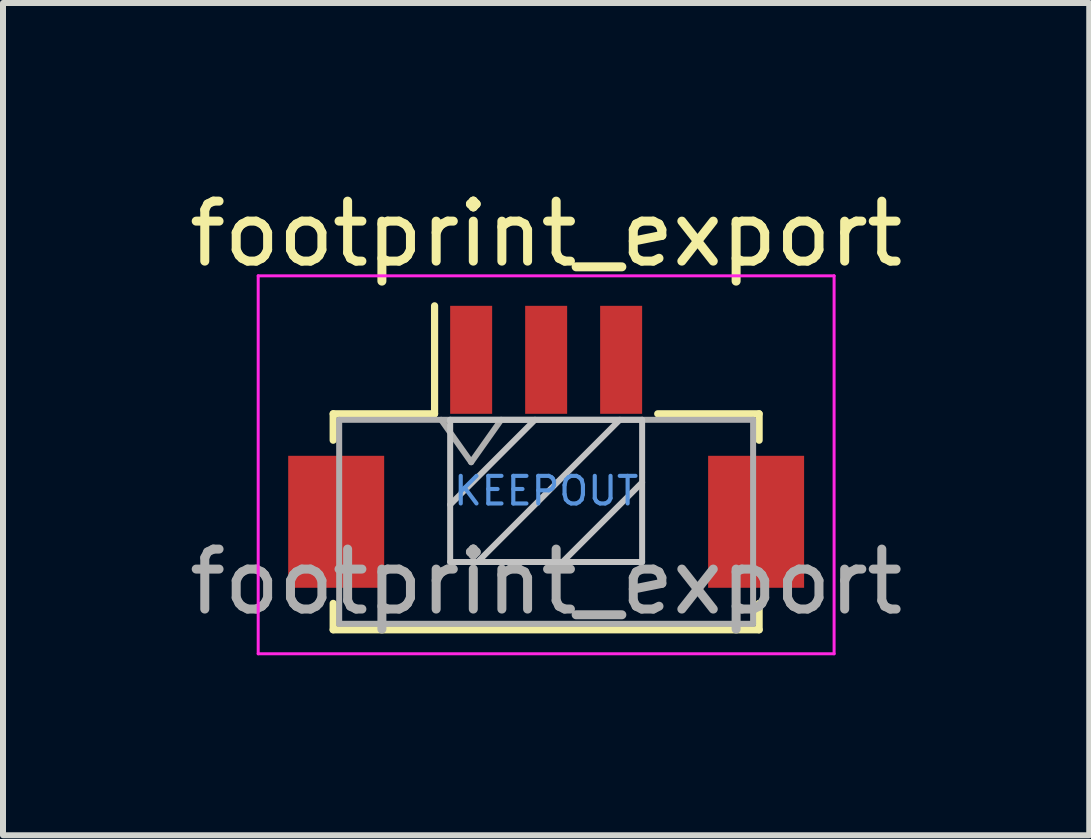
<source format=kicad_pcb>
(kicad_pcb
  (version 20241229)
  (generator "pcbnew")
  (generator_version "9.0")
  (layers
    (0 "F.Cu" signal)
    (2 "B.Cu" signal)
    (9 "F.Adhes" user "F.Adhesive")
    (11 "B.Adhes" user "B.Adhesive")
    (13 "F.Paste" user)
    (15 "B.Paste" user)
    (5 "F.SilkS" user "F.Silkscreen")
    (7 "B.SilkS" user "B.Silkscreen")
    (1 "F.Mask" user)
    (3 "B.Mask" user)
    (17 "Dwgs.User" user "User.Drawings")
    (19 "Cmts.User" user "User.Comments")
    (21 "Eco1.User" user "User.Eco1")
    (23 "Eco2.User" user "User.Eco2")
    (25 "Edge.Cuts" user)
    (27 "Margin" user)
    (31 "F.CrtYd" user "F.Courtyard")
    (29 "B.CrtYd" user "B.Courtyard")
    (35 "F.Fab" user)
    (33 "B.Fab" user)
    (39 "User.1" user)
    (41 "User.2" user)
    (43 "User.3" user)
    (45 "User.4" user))
  (footprint "footprint_export"
    (layer "F.Cu")
    (at 6.054 4.398)
    (property "Reference" "footprint_export" (at 0 -3.55 0) (layer "F.SilkS") (effects (font (size 1 1) (thickness 0.15))))
    (attr smd)
    (fp_line (start -3.55 -0.55) (end -3.55 -0.11) (stroke (width 0.12) (type solid)) (layer "F.SilkS"))
    (fp_line (start -3.55 2.61) (end -3.55 3.05) (stroke (width 0.12) (type solid)) (layer "F.SilkS"))
    (fp_line (start -3.55 3.05) (end 3.55 3.05) (stroke (width 0.12) (type solid)) (layer "F.SilkS"))
    (fp_line (start -1.86 -0.55) (end -3.55 -0.55) (stroke (width 0.12) (type solid)) (layer "F.SilkS"))
    (fp_line (start -1.86 -0.55) (end -1.86 -2.35) (stroke (width 0.12) (type solid)) (layer "F.SilkS"))
    (fp_line (start 1.86 -0.55) (end 3.55 -0.55) (stroke (width 0.12) (type solid)) (layer "F.SilkS"))
    (fp_line (start 3.55 -0.55) (end 3.55 -0.11) (stroke (width 0.12) (type solid)) (layer "F.SilkS"))
    (fp_line (start 3.55 3.05) (end 3.55 2.61) (stroke (width 0.12) (type solid)) (layer "F.SilkS"))
    (fp_line (start -1.6 -0.45) (end -1.6 1.92) (stroke (width 0.1) (type solid)) (layer "Dwgs.User"))
    (fp_line (start -1.6 1.92) (end 1.6 1.92) (stroke (width 0.1) (type solid)) (layer "Dwgs.User"))
    (fp_line (start -0.186 -0.45) (end -1.6 0.964) (stroke (width 0.1) (type solid)) (layer "Dwgs.User"))
    (fp_line (start 1.228 -0.45) (end -1.142 1.92) (stroke (width 0.1) (type solid)) (layer "Dwgs.User"))
    (fp_line (start 1.6 -0.45) (end -1.6 -0.45) (stroke (width 0.1) (type solid)) (layer "Dwgs.User"))
    (fp_line (start 1.6 0.593) (end 0.273 1.92) (stroke (width 0.1) (type solid)) (layer "Dwgs.User"))
    (fp_line (start 1.6 1.92) (end 1.6 -0.45) (stroke (width 0.1) (type solid)) (layer "Dwgs.User"))
    (fp_line (start -4.8 -2.85) (end -4.8 3.45) (stroke (width 0.05) (type solid)) (layer "F.CrtYd"))
    (fp_line (start -4.8 3.45) (end 4.8 3.45) (stroke (width 0.05) (type solid)) (layer "F.CrtYd"))
    (fp_line (start 4.8 -2.85) (end -4.8 -2.85) (stroke (width 0.05) (type solid)) (layer "F.CrtYd"))
    (fp_line (start 4.8 3.45) (end 4.8 -2.85) (stroke (width 0.05) (type solid)) (layer "F.CrtYd"))
    (fp_line (start -3.45 -0.45) (end -3.45 2.95) (stroke (width 0.1) (type solid)) (layer "F.Fab"))
    (fp_line (start -3.45 2.95) (end 3.45 2.95) (stroke (width 0.1) (type solid)) (layer "F.Fab"))
    (fp_line (start -1.75 -0.45) (end -1.25 0.257) (stroke (width 0.1) (type solid)) (layer "F.Fab"))
    (fp_line (start -1.25 0.257) (end -0.75 -0.45) (stroke (width 0.1) (type solid)) (layer "F.Fab"))
    (fp_line (start 3.45 -0.45) (end -3.45 -0.45) (stroke (width 0.1) (type solid)) (layer "F.Fab"))
    (fp_line (start 3.45 2.95) (end 3.45 -0.45) (stroke (width 0.1) (type solid)) (layer "F.Fab"))
    (fp_text user "KEEPOUT" (at 0 0.735 0) (layer "Cmts.User") (effects (font (size 0.46 0.46) (thickness 0.069))))
    (fp_text user "${REFERENCE}" (at 0 2.25 0) (layer "F.Fab") (effects (font (size 1 1) (thickness 0.15))))
    (pad "1" smd rect (at -1.25 -1.45) (size 0.7 1.8) (layers "F.Cu" "F.Mask" "F.Paste"))
    (pad "2" smd rect (at 0 -1.45) (size 0.7 1.8) (layers "F.Cu" "F.Mask" "F.Paste"))
    (pad "3" smd rect (at 1.25 -1.45) (size 0.7 1.8) (layers "F.Cu" "F.Mask" "F.Paste"))
    (pad "MP" smd rect (at -3.5 1.25) (size 1.6 2.2) (layers "F.Cu" "F.Mask" "F.Paste"))
    (pad "MP" smd rect (at 3.5 1.25) (size 1.6 2.2) (layers "F.Cu" "F.Mask" "F.Paste")))
  (gr_rect
    (start -3 -3)
    (end 15.107 10.873)
    (stroke (width 0.1) (type default))
    (fill no)
    (layer "Edge.Cuts")))
</source>
